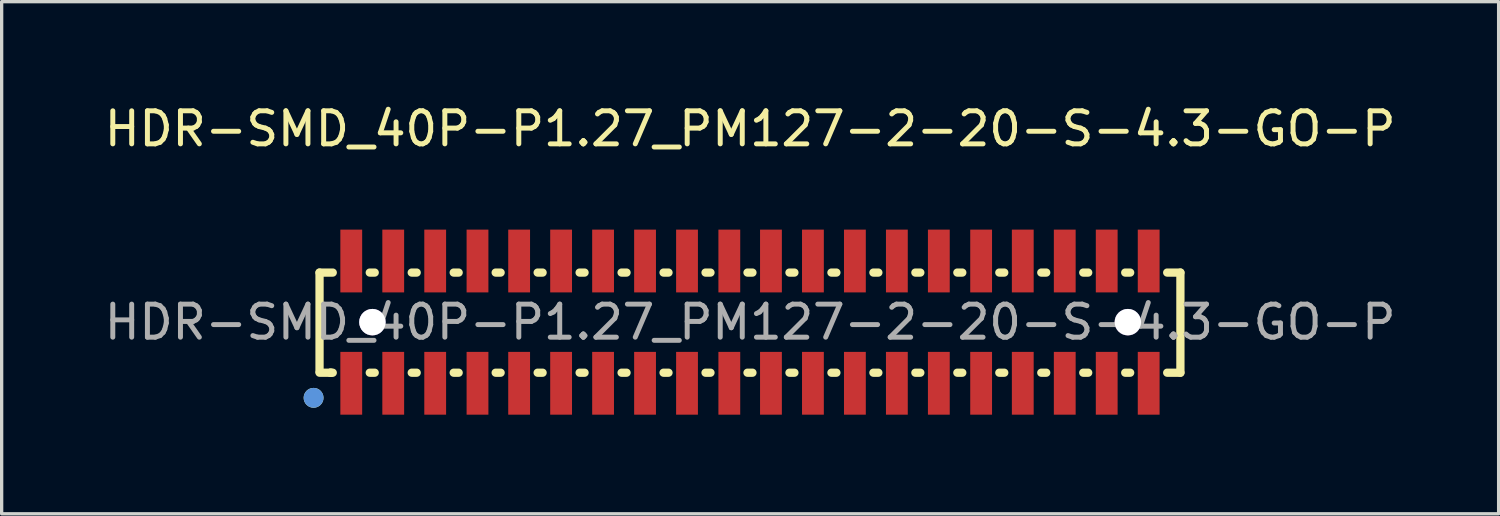
<source format=kicad_pcb>
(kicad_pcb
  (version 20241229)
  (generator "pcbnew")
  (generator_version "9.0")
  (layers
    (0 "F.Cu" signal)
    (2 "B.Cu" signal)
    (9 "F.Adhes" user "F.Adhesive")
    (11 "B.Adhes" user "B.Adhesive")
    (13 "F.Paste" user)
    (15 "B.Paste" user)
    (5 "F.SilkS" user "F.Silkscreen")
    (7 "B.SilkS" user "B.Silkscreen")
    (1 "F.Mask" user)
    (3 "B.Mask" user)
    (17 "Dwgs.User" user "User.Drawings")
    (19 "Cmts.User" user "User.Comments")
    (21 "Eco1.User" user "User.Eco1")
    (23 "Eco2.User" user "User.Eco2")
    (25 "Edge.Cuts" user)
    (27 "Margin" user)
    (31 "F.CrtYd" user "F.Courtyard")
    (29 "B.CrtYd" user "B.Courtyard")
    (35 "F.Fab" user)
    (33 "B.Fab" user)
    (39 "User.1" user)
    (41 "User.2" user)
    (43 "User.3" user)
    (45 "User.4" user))
  (footprint "HDR-SMD_40P-P1.27_PM127-2-20-S-4.3-GO-P"
    (layer "F.Cu")
    (at 19.649 6.698)
    (property "Reference" "HDR-SMD_40P-P1.27_PM127-2-20-S-4.3-GO-P" (at 0 -5.85 0) (layer "F.SilkS") (effects (font (size 1 1) (thickness 0.15))))
    (attr smd)
    (fp_line (start -13.03 -1.5) (end -13.03 1.5) (stroke (width 0.25) (type solid)) (layer "F.SilkS"))
    (fp_line (start -13.03 -1.5) (end -12.63 -1.5) (stroke (width 0.25) (type solid)) (layer "F.SilkS"))
    (fp_line (start -12.7 1.53) (end -13.03 1.53) (stroke (width 0.25) (type solid)) (layer "F.SilkS"))
    (fp_line (start -12.7 1.53) (end -12.67 1.53) (stroke (width 0.25) (type solid)) (layer "F.SilkS"))
    (fp_line (start -12.7 1.53) (end -12.63 1.53) (stroke (width 0.25) (type solid)) (layer "F.SilkS"))
    (fp_line (start -11.51 -1.5) (end -11.36 -1.5) (stroke (width 0.25) (type solid)) (layer "F.SilkS"))
    (fp_line (start -11.51 1.53) (end -11.36 1.53) (stroke (width 0.25) (type solid)) (layer "F.SilkS"))
    (fp_line (start -10.24 -1.5) (end -10.09 -1.5) (stroke (width 0.25) (type solid)) (layer "F.SilkS"))
    (fp_line (start -10.24 1.53) (end -10.09 1.53) (stroke (width 0.25) (type solid)) (layer "F.SilkS"))
    (fp_line (start -8.97 -1.5) (end -8.82 -1.5) (stroke (width 0.25) (type solid)) (layer "F.SilkS"))
    (fp_line (start -8.97 1.53) (end -8.82 1.53) (stroke (width 0.25) (type solid)) (layer "F.SilkS"))
    (fp_line (start -7.7 -1.5) (end -7.55 -1.5) (stroke (width 0.25) (type solid)) (layer "F.SilkS"))
    (fp_line (start -7.7 1.53) (end -7.55 1.53) (stroke (width 0.25) (type solid)) (layer "F.SilkS"))
    (fp_line (start -6.43 -1.5) (end -6.28 -1.5) (stroke (width 0.25) (type solid)) (layer "F.SilkS"))
    (fp_line (start -6.43 1.53) (end -6.28 1.53) (stroke (width 0.25) (type solid)) (layer "F.SilkS"))
    (fp_line (start -5.16 -1.5) (end -5.01 -1.5) (stroke (width 0.25) (type solid)) (layer "F.SilkS"))
    (fp_line (start -5.16 1.53) (end -5.01 1.53) (stroke (width 0.25) (type solid)) (layer "F.SilkS"))
    (fp_line (start -3.89 -1.5) (end -3.74 -1.5) (stroke (width 0.25) (type solid)) (layer "F.SilkS"))
    (fp_line (start -3.89 1.53) (end -3.74 1.53) (stroke (width 0.25) (type solid)) (layer "F.SilkS"))
    (fp_line (start -2.62 -1.5) (end -2.47 -1.5) (stroke (width 0.25) (type solid)) (layer "F.SilkS"))
    (fp_line (start -2.62 1.53) (end -2.47 1.53) (stroke (width 0.25) (type solid)) (layer "F.SilkS"))
    (fp_line (start -1.35 -1.5) (end -1.2 -1.5) (stroke (width 0.25) (type solid)) (layer "F.SilkS"))
    (fp_line (start -1.35 1.53) (end -1.2 1.53) (stroke (width 0.25) (type solid)) (layer "F.SilkS"))
    (fp_line (start -0.08 -1.5) (end 0.07 -1.5) (stroke (width 0.25) (type solid)) (layer "F.SilkS"))
    (fp_line (start -0.08 1.53) (end 0.07 1.53) (stroke (width 0.25) (type solid)) (layer "F.SilkS"))
    (fp_line (start 1.19 -1.5) (end 1.34 -1.5) (stroke (width 0.25) (type solid)) (layer "F.SilkS"))
    (fp_line (start 1.19 1.53) (end 1.34 1.53) (stroke (width 0.25) (type solid)) (layer "F.SilkS"))
    (fp_line (start 2.46 -1.5) (end 2.61 -1.5) (stroke (width 0.25) (type solid)) (layer "F.SilkS"))
    (fp_line (start 2.46 1.53) (end 2.61 1.53) (stroke (width 0.25) (type solid)) (layer "F.SilkS"))
    (fp_line (start 3.73 -1.5) (end 3.88 -1.5) (stroke (width 0.25) (type solid)) (layer "F.SilkS"))
    (fp_line (start 3.73 1.53) (end 3.88 1.53) (stroke (width 0.25) (type solid)) (layer "F.SilkS"))
    (fp_line (start 5 -1.5) (end 5.15 -1.5) (stroke (width 0.25) (type solid)) (layer "F.SilkS"))
    (fp_line (start 5 1.53) (end 5.15 1.53) (stroke (width 0.25) (type solid)) (layer "F.SilkS"))
    (fp_line (start 6.27 -1.5) (end 6.42 -1.5) (stroke (width 0.25) (type solid)) (layer "F.SilkS"))
    (fp_line (start 6.27 1.53) (end 6.42 1.53) (stroke (width 0.25) (type solid)) (layer "F.SilkS"))
    (fp_line (start 7.54 -1.5) (end 7.69 -1.5) (stroke (width 0.25) (type solid)) (layer "F.SilkS"))
    (fp_line (start 7.54 1.53) (end 7.69 1.53) (stroke (width 0.25) (type solid)) (layer "F.SilkS"))
    (fp_line (start 8.81 -1.5) (end 8.96 -1.5) (stroke (width 0.25) (type solid)) (layer "F.SilkS"))
    (fp_line (start 8.81 1.53) (end 8.96 1.53) (stroke (width 0.25) (type solid)) (layer "F.SilkS"))
    (fp_line (start 10.08 -1.5) (end 10.23 -1.5) (stroke (width 0.25) (type solid)) (layer "F.SilkS"))
    (fp_line (start 10.08 1.53) (end 10.23 1.53) (stroke (width 0.25) (type solid)) (layer "F.SilkS"))
    (fp_line (start 11.35 -1.5) (end 11.5 -1.5) (stroke (width 0.25) (type solid)) (layer "F.SilkS"))
    (fp_line (start 11.35 1.53) (end 11.5 1.53) (stroke (width 0.25) (type solid)) (layer "F.SilkS"))
    (fp_line (start 12.62 -1.5) (end 13.02 -1.5) (stroke (width 0.25) (type solid)) (layer "F.SilkS"))
    (fp_line (start 12.62 1.53) (end 13.02 1.53) (stroke (width 0.25) (type solid)) (layer "F.SilkS"))
    (fp_line (start 13.02 -1.5) (end 13.02 1.53) (stroke (width 0.25) (type solid)) (layer "F.SilkS"))
    (fp_circle (center -13.21 2.29) (end -13.06 2.29) (stroke (width 0.3) (type solid)) (fill no) (layer "F.SilkS"))
    (fp_circle (center -13.21 2.29) (end -13.06 2.29) (stroke (width 0.3) (type solid)) (fill no) (layer "Cmts.User"))
    (fp_circle (center -11.43 0) (end -11.28 0) (stroke (width 0.3) (type solid)) (fill no) (layer "Cmts.User"))
    (fp_circle (center 11.43 0) (end 11.58 0) (stroke (width 0.3) (type solid)) (fill no) (layer "Cmts.User"))
    (fp_circle (center -13.02 2.4) (end -12.99 2.4) (stroke (width 0.06) (type solid)) (fill no) (layer "F.Fab"))
    (fp_text user "${REFERENCE}" (at 0 0 0) (layer "F.Fab") (effects (font (size 1 1) (thickness 0.15))))
    (pad "" thru_hole circle (at -11.43 0) (size 0.8 0.8) (drill 0.8) (layers "*.Cu" "*.Mask"))
    (pad "" thru_hole circle (at 11.43 0) (size 0.8 0.8) (drill 0.8) (layers "*.Cu" "*.Mask"))
    (pad "1" smd rect (at -12.07 1.85 90) (size 1.9 0.66) (layers "F.Cu" "F.Mask" "F.Paste"))
    (pad "2" smd rect (at -12.07 -1.85 90) (size 1.9 0.66) (layers "F.Cu" "F.Mask" "F.Paste"))
    (pad "3" smd rect (at -10.8 1.85 90) (size 1.9 0.66) (layers "F.Cu" "F.Mask" "F.Paste"))
    (pad "4" smd rect (at -10.8 -1.85 90) (size 1.9 0.66) (layers "F.Cu" "F.Mask" "F.Paste"))
    (pad "5" smd rect (at -9.53 1.85 90) (size 1.9 0.66) (layers "F.Cu" "F.Mask" "F.Paste"))
    (pad "6" smd rect (at -9.53 -1.85 90) (size 1.9 0.66) (layers "F.Cu" "F.Mask" "F.Paste"))
    (pad "7" smd rect (at -8.25 1.85 90) (size 1.9 0.66) (layers "F.Cu" "F.Mask" "F.Paste"))
    (pad "8" smd rect (at -8.25 -1.85 90) (size 1.9 0.66) (layers "F.Cu" "F.Mask" "F.Paste"))
    (pad "9" smd rect (at -6.99 1.85 90) (size 1.9 0.66) (layers "F.Cu" "F.Mask" "F.Paste"))
    (pad "10" smd rect (at -6.99 -1.85 90) (size 1.9 0.66) (layers "F.Cu" "F.Mask" "F.Paste"))
    (pad "11" smd rect (at -5.72 1.85 90) (size 1.9 0.66) (layers "F.Cu" "F.Mask" "F.Paste"))
    (pad "12" smd rect (at -5.72 -1.85 90) (size 1.9 0.66) (layers "F.Cu" "F.Mask" "F.Paste"))
    (pad "13" smd rect (at -4.45 1.85 90) (size 1.9 0.66) (layers "F.Cu" "F.Mask" "F.Paste"))
    (pad "14" smd rect (at -4.45 -1.85 90) (size 1.9 0.66) (layers "F.Cu" "F.Mask" "F.Paste"))
    (pad "15" smd rect (at -3.18 1.85 90) (size 1.9 0.66) (layers "F.Cu" "F.Mask" "F.Paste"))
    (pad "16" smd rect (at -3.18 -1.85 90) (size 1.9 0.66) (layers "F.Cu" "F.Mask" "F.Paste"))
    (pad "17" smd rect (at -1.91 1.85 90) (size 1.9 0.66) (layers "F.Cu" "F.Mask" "F.Paste"))
    (pad "18" smd rect (at -1.91 -1.85 90) (size 1.9 0.66) (layers "F.Cu" "F.Mask" "F.Paste"))
    (pad "19" smd rect (at -0.63 1.85 90) (size 1.9 0.66) (layers "F.Cu" "F.Mask" "F.Paste"))
    (pad "20" smd rect (at -0.63 -1.85 90) (size 1.9 0.66) (layers "F.Cu" "F.Mask" "F.Paste"))
    (pad "21" smd rect (at 0.63 1.85 90) (size 1.9 0.66) (layers "F.Cu" "F.Mask" "F.Paste"))
    (pad "22" smd rect (at 0.63 -1.85 90) (size 1.9 0.66) (layers "F.Cu" "F.Mask" "F.Paste"))
    (pad "23" smd rect (at 1.9 1.85 90) (size 1.9 0.66) (layers "F.Cu" "F.Mask" "F.Paste"))
    (pad "24" smd rect (at 1.9 -1.85 90) (size 1.9 0.66) (layers "F.Cu" "F.Mask" "F.Paste"))
    (pad "25" smd rect (at 3.17 1.85 90) (size 1.9 0.66) (layers "F.Cu" "F.Mask" "F.Paste"))
    (pad "26" smd rect (at 3.17 -1.85 90) (size 1.9 0.66) (layers "F.Cu" "F.Mask" "F.Paste"))
    (pad "27" smd rect (at 4.44 1.85 90) (size 1.9 0.66) (layers "F.Cu" "F.Mask" "F.Paste"))
    (pad "28" smd rect (at 4.44 -1.85 90) (size 1.9 0.66) (layers "F.Cu" "F.Mask" "F.Paste"))
    (pad "29" smd rect (at 5.71 1.85 90) (size 1.9 0.66) (layers "F.Cu" "F.Mask" "F.Paste"))
    (pad "30" smd rect (at 5.71 -1.85 90) (size 1.9 0.66) (layers "F.Cu" "F.Mask" "F.Paste"))
    (pad "31" smd rect (at 6.99 1.85 90) (size 1.9 0.66) (layers "F.Cu" "F.Mask" "F.Paste"))
    (pad "32" smd rect (at 6.99 -1.85 90) (size 1.9 0.66) (layers "F.Cu" "F.Mask" "F.Paste"))
    (pad "33" smd rect (at 8.25 1.85 90) (size 1.9 0.66) (layers "F.Cu" "F.Mask" "F.Paste"))
    (pad "34" smd rect (at 8.25 -1.85 90) (size 1.9 0.66) (layers "F.Cu" "F.Mask" "F.Paste"))
    (pad "35" smd rect (at 9.52 1.85 90) (size 1.9 0.66) (layers "F.Cu" "F.Mask" "F.Paste"))
    (pad "36" smd rect (at 9.52 -1.85 90) (size 1.9 0.66) (layers "F.Cu" "F.Mask" "F.Paste"))
    (pad "37" smd rect (at 10.79 1.85 90) (size 1.9 0.66) (layers "F.Cu" "F.Mask" "F.Paste"))
    (pad "38" smd rect (at 10.79 -1.85 90) (size 1.9 0.66) (layers "F.Cu" "F.Mask" "F.Paste"))
    (pad "39" smd rect (at 12.06 1.85 90) (size 1.9 0.66) (layers "F.Cu" "F.Mask" "F.Paste"))
    (pad "40" smd rect (at 12.06 -1.85 90) (size 1.9 0.66) (layers "F.Cu" "F.Mask" "F.Paste")))
  (gr_rect
    (start -3 -3)
    (end 42.298 12.498)
    (stroke (width 0.1) (type default))
    (fill no)
    (layer "Edge.Cuts")))
</source>
